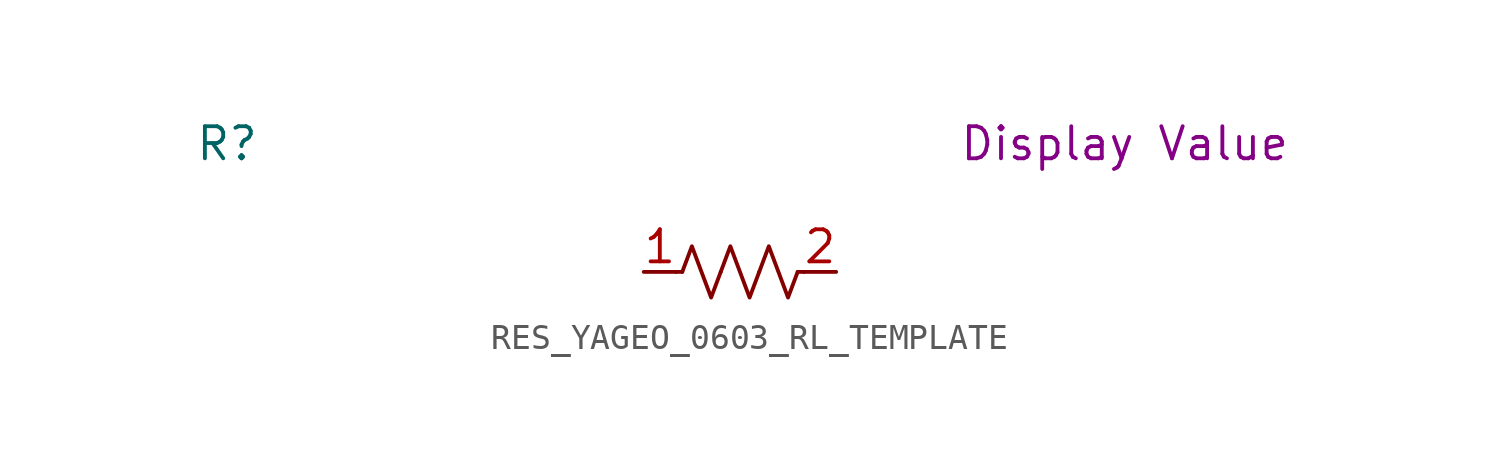
<source format=kicad_sym>
(kicad_symbol_lib
  (version 20231120)
  (generator "kicad_symbol_editor")
  (generator_version "8.0")
  (symbol "RES_YAGEO_0603_RL_TEMPLATE"
    (property "Reference" "R"
      (at -20.32 5.08 0)
      (effects (font (size 1.27 1.27))))
    (property "Display Value" "Display Value"
      (at 15.24 5.08 0)
      (effects (font (size 1.27 1.27))))
    (symbol "RES_YAGEO_0603_RL_TEMPLATE_0_1"
      (polyline (pts (xy -2.286 0) (xy -2.54 0)) (stroke (width 0) (type default)) (fill (type none)))
      (polyline (pts (xy 2.286 0) (xy 2.54 0)) (stroke (width 0) (type default)) (fill (type none)))
      (polyline (pts (xy -2.286 0) (xy -1.905 1.016) (xy -1.524 0) (xy -1.143 -1.016) (xy -0.762 0)) (stroke (width 0) (type default)) (fill (type none)))
      (polyline (pts (xy -0.762 0) (xy -0.381 1.016) (xy 0 0) (xy 0.381 -1.016) (xy 0.762 0)) (stroke (width 0) (type default)) (fill (type none)))
      (polyline (pts (xy 0.762 0) (xy 1.143 1.016) (xy 1.524 0) (xy 1.905 -1.016) (xy 2.286 0)) (stroke (width 0) (type default)) (fill (type none))))
    (symbol "RES_YAGEO_0603_RL_TEMPLATE_1_1"
      (pin passive line (at -3.81 0 0) (length 1.27) (name "~" (effects (font (size 1.27 1.27)))) (number "1" (effects (font (size 1.27 1.27)))))
      (pin passive line (at 3.81 0 180) (length 1.27) (name "~" (effects (font (size 1.27 1.27)))) (number "2" (effects (font (size 1.27 1.27))))))))
</source>
